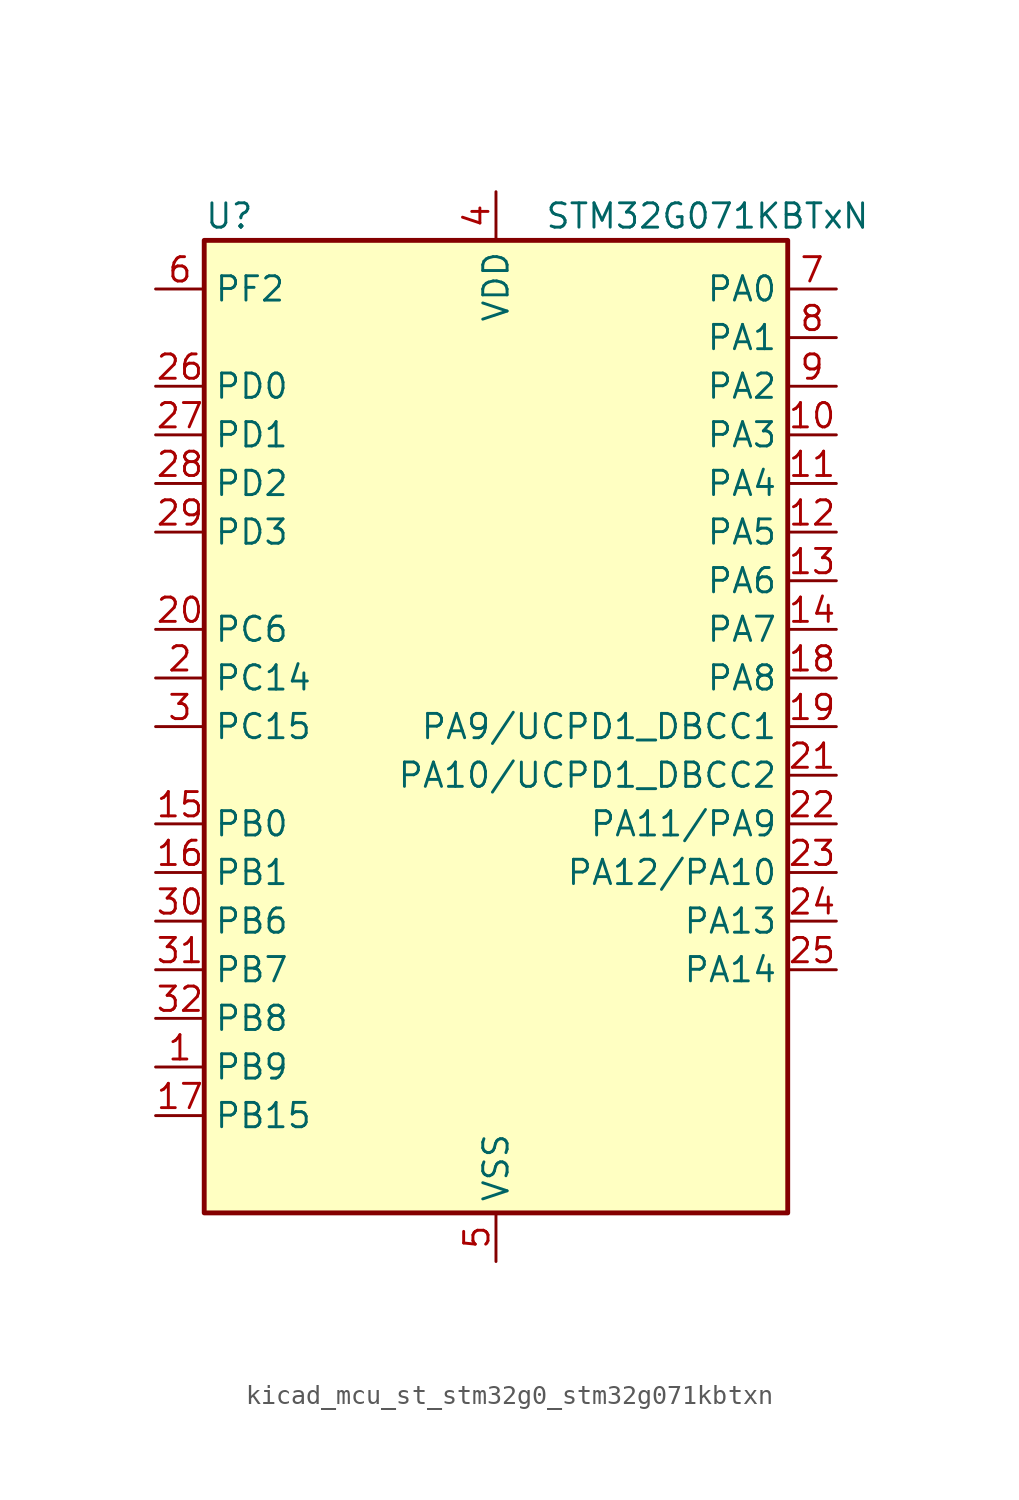
<source format=kicad_sym>
(kicad_symbol_lib
  (version 20220914)
  (generator kicad_symbol_editor)
  (symbol "kicad_mcu_st_stm32g0_stm32g071kbtxn"
    (property "Reference" "U"
      (at -15.24 26.67 0)
      (effects (font (size 1.27 1.27)) (justify left)))
    (property "Value" "STM32G071KBTxN"
      (at 2.54 26.67 0)
      (effects (font (size 1.27 1.27)) (justify left)))
    (property "ki_locked" ""
      (at 0 0 0)
      (effects (font (size 1.27 1.27))))
    (symbol "kicad_mcu_st_stm32g0_stm32g071kbtxn_0_1"
      (rectangle (start -15.24 -25.4) (end 15.24 25.4) (stroke (width 0.254) (type default)) (fill (type background))))
    (symbol "kicad_mcu_st_stm32g0_stm32g071kbtxn_1_1"
      (pin bidirectional line (at -17.78 -17.78 0) (length 2.54) (name "PB9" (effects (font (size 1.27 1.27)))) (number "1" (effects (font (size 1.27 1.27)))) (alternate "DAC1_EXTI9" bidirectional line) (alternate "I2C1_SDA" bidirectional line) (alternate "IR_OUT" bidirectional line) (alternate "SPI2_NSS" bidirectional line) (alternate "TIM17_CH1" bidirectional line) (alternate "UCPD2_FRSTX1" bidirectional line) (alternate "UCPD2_FRSTX2" bidirectional line) (alternate "USART3_RX" bidirectional line))
      (pin bidirectional line (at 17.78 15.24 180) (length 2.54) (name "PA3" (effects (font (size 1.27 1.27)))) (number "10" (effects (font (size 1.27 1.27)))) (alternate "ADC1_IN3" bidirectional line) (alternate "COMP2_INP" bidirectional line) (alternate "LPUART1_RX" bidirectional line) (alternate "SPI2_MISO" bidirectional line) (alternate "TIM15_CH2" bidirectional line) (alternate "TIM2_CH4" bidirectional line) (alternate "UCPD2_FRSTX1" bidirectional line) (alternate "UCPD2_FRSTX2" bidirectional line) (alternate "USART2_RX" bidirectional line))
      (pin bidirectional line (at 17.78 12.7 180) (length 2.54) (name "PA4" (effects (font (size 1.27 1.27)))) (number "11" (effects (font (size 1.27 1.27)))) (alternate "ADC1_IN4" bidirectional line) (alternate "DAC1_OUT1" bidirectional line) (alternate "I2S1_WS" bidirectional line) (alternate "LPTIM2_OUT" bidirectional line) (alternate "RTC_OUT_ALARM" bidirectional line) (alternate "RTC_OUT_CALIB" bidirectional line) (alternate "RTC_TAMP_IN1" bidirectional line) (alternate "RTC_TS" bidirectional line) (alternate "SPI1_NSS" bidirectional line) (alternate "SPI2_MOSI" bidirectional line) (alternate "SYS_WKUP2" bidirectional line) (alternate "TIM14_CH1" bidirectional line) (alternate "UCPD2_FRSTX1" bidirectional line) (alternate "UCPD2_FRSTX2" bidirectional line))
      (pin bidirectional line (at 17.78 10.16 180) (length 2.54) (name "PA5" (effects (font (size 1.27 1.27)))) (number "12" (effects (font (size 1.27 1.27)))) (alternate "ADC1_IN5" bidirectional line) (alternate "CEC" bidirectional line) (alternate "DAC1_OUT2" bidirectional line) (alternate "I2S1_CK" bidirectional line) (alternate "LPTIM2_ETR" bidirectional line) (alternate "SPI1_SCK" bidirectional line) (alternate "TIM2_CH1" bidirectional line) (alternate "TIM2_ETR" bidirectional line) (alternate "UCPD1_FRSTX1" bidirectional line) (alternate "UCPD1_FRSTX2" bidirectional line) (alternate "USART3_TX" bidirectional line))
      (pin bidirectional line (at 17.78 7.62 180) (length 2.54) (name "PA6" (effects (font (size 1.27 1.27)))) (number "13" (effects (font (size 1.27 1.27)))) (alternate "ADC1_IN6" bidirectional line) (alternate "COMP1_OUT" bidirectional line) (alternate "I2S1_MCK" bidirectional line) (alternate "LPUART1_CTS" bidirectional line) (alternate "SPI1_MISO" bidirectional line) (alternate "TIM16_CH1" bidirectional line) (alternate "TIM1_BK" bidirectional line) (alternate "TIM3_CH1" bidirectional line) (alternate "USART3_CTS" bidirectional line) (alternate "USART3_NSS" bidirectional line))
      (pin bidirectional line (at 17.78 5.08 180) (length 2.54) (name "PA7" (effects (font (size 1.27 1.27)))) (number "14" (effects (font (size 1.27 1.27)))) (alternate "ADC1_IN7" bidirectional line) (alternate "COMP2_OUT" bidirectional line) (alternate "I2S1_SD" bidirectional line) (alternate "SPI1_MOSI" bidirectional line) (alternate "TIM14_CH1" bidirectional line) (alternate "TIM17_CH1" bidirectional line) (alternate "TIM1_CH1N" bidirectional line) (alternate "TIM3_CH2" bidirectional line) (alternate "UCPD1_FRSTX1" bidirectional line) (alternate "UCPD1_FRSTX2" bidirectional line))
      (pin bidirectional line (at -17.78 -5.08 0) (length 2.54) (name "PB0" (effects (font (size 1.27 1.27)))) (number "15" (effects (font (size 1.27 1.27)))) (alternate "ADC1_IN8" bidirectional line) (alternate "COMP1_OUT" bidirectional line) (alternate "I2S1_WS" bidirectional line) (alternate "LPTIM1_OUT" bidirectional line) (alternate "SPI1_NSS" bidirectional line) (alternate "TIM1_CH2N" bidirectional line) (alternate "TIM3_CH3" bidirectional line) (alternate "UCPD1_FRSTX1" bidirectional line) (alternate "UCPD1_FRSTX2" bidirectional line) (alternate "USART3_RX" bidirectional line))
      (pin bidirectional line (at -17.78 -7.62 0) (length 2.54) (name "PB1" (effects (font (size 1.27 1.27)))) (number "16" (effects (font (size 1.27 1.27)))) (alternate "ADC1_IN9" bidirectional line) (alternate "COMP1_INM" bidirectional line) (alternate "LPTIM2_IN1" bidirectional line) (alternate "LPUART1_DE" bidirectional line) (alternate "LPUART1_RTS" bidirectional line) (alternate "TIM14_CH1" bidirectional line) (alternate "TIM1_CH3N" bidirectional line) (alternate "TIM3_CH4" bidirectional line) (alternate "USART3_CK" bidirectional line) (alternate "USART3_DE" bidirectional line) (alternate "USART3_RTS" bidirectional line))
      (pin bidirectional line (at -17.78 -20.32 0) (length 2.54) (name "PB15" (effects (font (size 1.27 1.27)))) (number "17" (effects (font (size 1.27 1.27)))) (alternate "RTC_REFIN" bidirectional line) (alternate "SPI2_MOSI" bidirectional line) (alternate "TIM15_CH1N" bidirectional line) (alternate "TIM15_CH2" bidirectional line) (alternate "TIM1_CH3N" bidirectional line) (alternate "UCPD1_CC2" bidirectional line))
      (pin bidirectional line (at 17.78 2.54 180) (length 2.54) (name "PA8" (effects (font (size 1.27 1.27)))) (number "18" (effects (font (size 1.27 1.27)))) (alternate "LPTIM2_OUT" bidirectional line) (alternate "RCC_MCO" bidirectional line) (alternate "SPI2_NSS" bidirectional line) (alternate "TIM1_CH1" bidirectional line) (alternate "UCPD1_CC1" bidirectional line))
      (pin bidirectional line (at 17.78 0 180) (length 2.54) (name "PA9/UCPD1_DBCC1" (effects (font (size 1.27 1.27)))) (number "19" (effects (font (size 1.27 1.27)))) (alternate "DAC1_EXTI9" bidirectional line) (alternate "I2C1_SCL" bidirectional line) (alternate "RCC_MCO" bidirectional line) (alternate "SPI2_MISO" bidirectional line) (alternate "TIM15_BK" bidirectional line) (alternate "TIM1_CH2" bidirectional line) (alternate "UCPD1_DBCC1" bidirectional line) (alternate "USART1_TX" bidirectional line))
      (pin bidirectional line (at -17.78 2.54 0) (length 2.54) (name "PC14" (effects (font (size 1.27 1.27)))) (number "2" (effects (font (size 1.27 1.27)))) (alternate "RCC_OSC32_IN" bidirectional line) (alternate "RCC_OSC_IN" bidirectional line) (alternate "TIM1_BK2" bidirectional line))
      (pin bidirectional line (at -17.78 5.08 0) (length 2.54) (name "PC6" (effects (font (size 1.27 1.27)))) (number "20" (effects (font (size 1.27 1.27)))) (alternate "TIM2_CH3" bidirectional line) (alternate "TIM3_CH1" bidirectional line) (alternate "UCPD1_FRSTX1" bidirectional line) (alternate "UCPD1_FRSTX2" bidirectional line))
      (pin bidirectional line (at 17.78 -2.54 180) (length 2.54) (name "PA10/UCPD1_DBCC2" (effects (font (size 1.27 1.27)))) (number "21" (effects (font (size 1.27 1.27)))) (alternate "I2C1_SDA" bidirectional line) (alternate "SPI2_MOSI" bidirectional line) (alternate "TIM17_BK" bidirectional line) (alternate "TIM1_CH3" bidirectional line) (alternate "UCPD1_DBCC2" bidirectional line) (alternate "USART1_RX" bidirectional line))
      (pin bidirectional line (at 17.78 -5.08 180) (length 2.54) (name "PA11/PA9" (effects (font (size 1.27 1.27)))) (number "22" (effects (font (size 1.27 1.27)))) (alternate "ADC1_EXTI11" bidirectional line) (alternate "COMP1_OUT" bidirectional line) (alternate "I2C2_SCL" bidirectional line) (alternate "I2S1_MCK" bidirectional line) (alternate "SPI1_MISO" bidirectional line) (alternate "TIM1_BK2" bidirectional line) (alternate "TIM1_CH4" bidirectional line) (alternate "USART1_CTS" bidirectional line) (alternate "USART1_NSS" bidirectional line))
      (pin bidirectional line (at 17.78 -7.62 180) (length 2.54) (name "PA12/PA10" (effects (font (size 1.27 1.27)))) (number "23" (effects (font (size 1.27 1.27)))) (alternate "COMP2_OUT" bidirectional line) (alternate "I2C2_SDA" bidirectional line) (alternate "I2S1_SD" bidirectional line) (alternate "I2S_CKIN" bidirectional line) (alternate "SPI1_MOSI" bidirectional line) (alternate "TIM1_ETR" bidirectional line) (alternate "USART1_CK" bidirectional line) (alternate "USART1_DE" bidirectional line) (alternate "USART1_RTS" bidirectional line))
      (pin bidirectional line (at 17.78 -10.16 180) (length 2.54) (name "PA13" (effects (font (size 1.27 1.27)))) (number "24" (effects (font (size 1.27 1.27)))) (alternate "IR_OUT" bidirectional line) (alternate "SYS_SWDIO" bidirectional line))
      (pin bidirectional line (at 17.78 -12.7 180) (length 2.54) (name "PA14" (effects (font (size 1.27 1.27)))) (number "25" (effects (font (size 1.27 1.27)))) (alternate "SYS_SWCLK" bidirectional line) (alternate "USART2_TX" bidirectional line))
      (pin bidirectional line (at -17.78 17.78 0) (length 2.54) (name "PD0" (effects (font (size 1.27 1.27)))) (number "26" (effects (font (size 1.27 1.27)))) (alternate "SPI2_NSS" bidirectional line) (alternate "TIM16_CH1" bidirectional line) (alternate "UCPD2_CC1" bidirectional line))
      (pin bidirectional line (at -17.78 15.24 0) (length 2.54) (name "PD1" (effects (font (size 1.27 1.27)))) (number "27" (effects (font (size 1.27 1.27)))) (alternate "SPI2_SCK" bidirectional line) (alternate "TIM17_CH1" bidirectional line) (alternate "UCPD2_DBCC1" bidirectional line))
      (pin bidirectional line (at -17.78 12.7 0) (length 2.54) (name "PD2" (effects (font (size 1.27 1.27)))) (number "28" (effects (font (size 1.27 1.27)))) (alternate "TIM1_CH1N" bidirectional line) (alternate "TIM3_ETR" bidirectional line) (alternate "UCPD2_CC2" bidirectional line) (alternate "USART3_CK" bidirectional line) (alternate "USART3_DE" bidirectional line) (alternate "USART3_RTS" bidirectional line))
      (pin bidirectional line (at -17.78 10.16 0) (length 2.54) (name "PD3" (effects (font (size 1.27 1.27)))) (number "29" (effects (font (size 1.27 1.27)))) (alternate "SPI2_MISO" bidirectional line) (alternate "TIM1_CH2N" bidirectional line) (alternate "UCPD2_DBCC2" bidirectional line) (alternate "USART2_CTS" bidirectional line) (alternate "USART2_NSS" bidirectional line))
      (pin bidirectional line (at -17.78 0 0) (length 2.54) (name "PC15" (effects (font (size 1.27 1.27)))) (number "3" (effects (font (size 1.27 1.27)))) (alternate "RCC_OSC32_EN" bidirectional line) (alternate "RCC_OSC32_OUT" bidirectional line) (alternate "RCC_OSC_EN" bidirectional line) (alternate "TIM15_BK" bidirectional line))
      (pin bidirectional line (at -17.78 -10.16 0) (length 2.54) (name "PB6" (effects (font (size 1.27 1.27)))) (number "30" (effects (font (size 1.27 1.27)))) (alternate "COMP2_INP" bidirectional line) (alternate "I2C1_SCL" bidirectional line) (alternate "LPTIM1_ETR" bidirectional line) (alternate "SPI2_MISO" bidirectional line) (alternate "TIM16_CH1N" bidirectional line) (alternate "TIM1_CH3" bidirectional line) (alternate "USART1_TX" bidirectional line))
      (pin bidirectional line (at -17.78 -12.7 0) (length 2.54) (name "PB7" (effects (font (size 1.27 1.27)))) (number "31" (effects (font (size 1.27 1.27)))) (alternate "COMP2_INM" bidirectional line) (alternate "I2C1_SDA" bidirectional line) (alternate "LPTIM1_IN2" bidirectional line) (alternate "SPI2_MOSI" bidirectional line) (alternate "SYS_PVD_IN" bidirectional line) (alternate "TIM17_CH1N" bidirectional line) (alternate "USART1_RX" bidirectional line) (alternate "USART4_CTS" bidirectional line) (alternate "USART4_NSS" bidirectional line))
      (pin bidirectional line (at -17.78 -15.24 0) (length 2.54) (name "PB8" (effects (font (size 1.27 1.27)))) (number "32" (effects (font (size 1.27 1.27)))) (alternate "CEC" bidirectional line) (alternate "I2C1_SCL" bidirectional line) (alternate "SPI2_SCK" bidirectional line) (alternate "TIM15_BK" bidirectional line) (alternate "TIM16_CH1" bidirectional line) (alternate "USART3_TX" bidirectional line))
      (pin power_in line (at 0 27.94 270) (length 2.54) (name "VDD" (effects (font (size 1.27 1.27)))) (number "4" (effects (font (size 1.27 1.27)))))
      (pin power_in line (at 0 -27.94 90) (length 2.54) (name "VSS" (effects (font (size 1.27 1.27)))) (number "5" (effects (font (size 1.27 1.27)))))
      (pin bidirectional line (at -17.78 22.86 0) (length 2.54) (name "PF2" (effects (font (size 1.27 1.27)))) (number "6" (effects (font (size 1.27 1.27)))) (alternate "RCC_MCO" bidirectional line))
      (pin bidirectional line (at 17.78 22.86 180) (length 2.54) (name "PA0" (effects (font (size 1.27 1.27)))) (number "7" (effects (font (size 1.27 1.27)))) (alternate "ADC1_IN0" bidirectional line) (alternate "COMP1_INM" bidirectional line) (alternate "COMP1_OUT" bidirectional line) (alternate "LPTIM1_OUT" bidirectional line) (alternate "RTC_TAMP_IN2" bidirectional line) (alternate "SPI2_SCK" bidirectional line) (alternate "SYS_WKUP1" bidirectional line) (alternate "TIM2_CH1" bidirectional line) (alternate "TIM2_ETR" bidirectional line) (alternate "UCPD2_FRSTX1" bidirectional line) (alternate "UCPD2_FRSTX2" bidirectional line) (alternate "USART2_CTS" bidirectional line) (alternate "USART2_NSS" bidirectional line) (alternate "USART4_TX" bidirectional line))
      (pin bidirectional line (at 17.78 20.32 180) (length 2.54) (name "PA1" (effects (font (size 1.27 1.27)))) (number "8" (effects (font (size 1.27 1.27)))) (alternate "ADC1_IN1" bidirectional line) (alternate "COMP1_INP" bidirectional line) (alternate "I2C1_SMBA" bidirectional line) (alternate "I2S1_CK" bidirectional line) (alternate "SPI1_SCK" bidirectional line) (alternate "TIM15_CH1N" bidirectional line) (alternate "TIM2_CH2" bidirectional line) (alternate "USART2_CK" bidirectional line) (alternate "USART2_DE" bidirectional line) (alternate "USART2_RTS" bidirectional line) (alternate "USART4_RX" bidirectional line))
      (pin bidirectional line (at 17.78 17.78 180) (length 2.54) (name "PA2" (effects (font (size 1.27 1.27)))) (number "9" (effects (font (size 1.27 1.27)))) (alternate "ADC1_IN2" bidirectional line) (alternate "COMP2_INM" bidirectional line) (alternate "COMP2_OUT" bidirectional line) (alternate "I2S1_SD" bidirectional line) (alternate "LPUART1_TX" bidirectional line) (alternate "RCC_LSCO" bidirectional line) (alternate "SPI1_MOSI" bidirectional line) (alternate "SYS_WKUP4" bidirectional line) (alternate "TIM15_CH1" bidirectional line) (alternate "TIM2_CH3" bidirectional line) (alternate "UCPD1_FRSTX1" bidirectional line) (alternate "UCPD1_FRSTX2" bidirectional line) (alternate "USART2_TX" bidirectional line)))))
</source>
